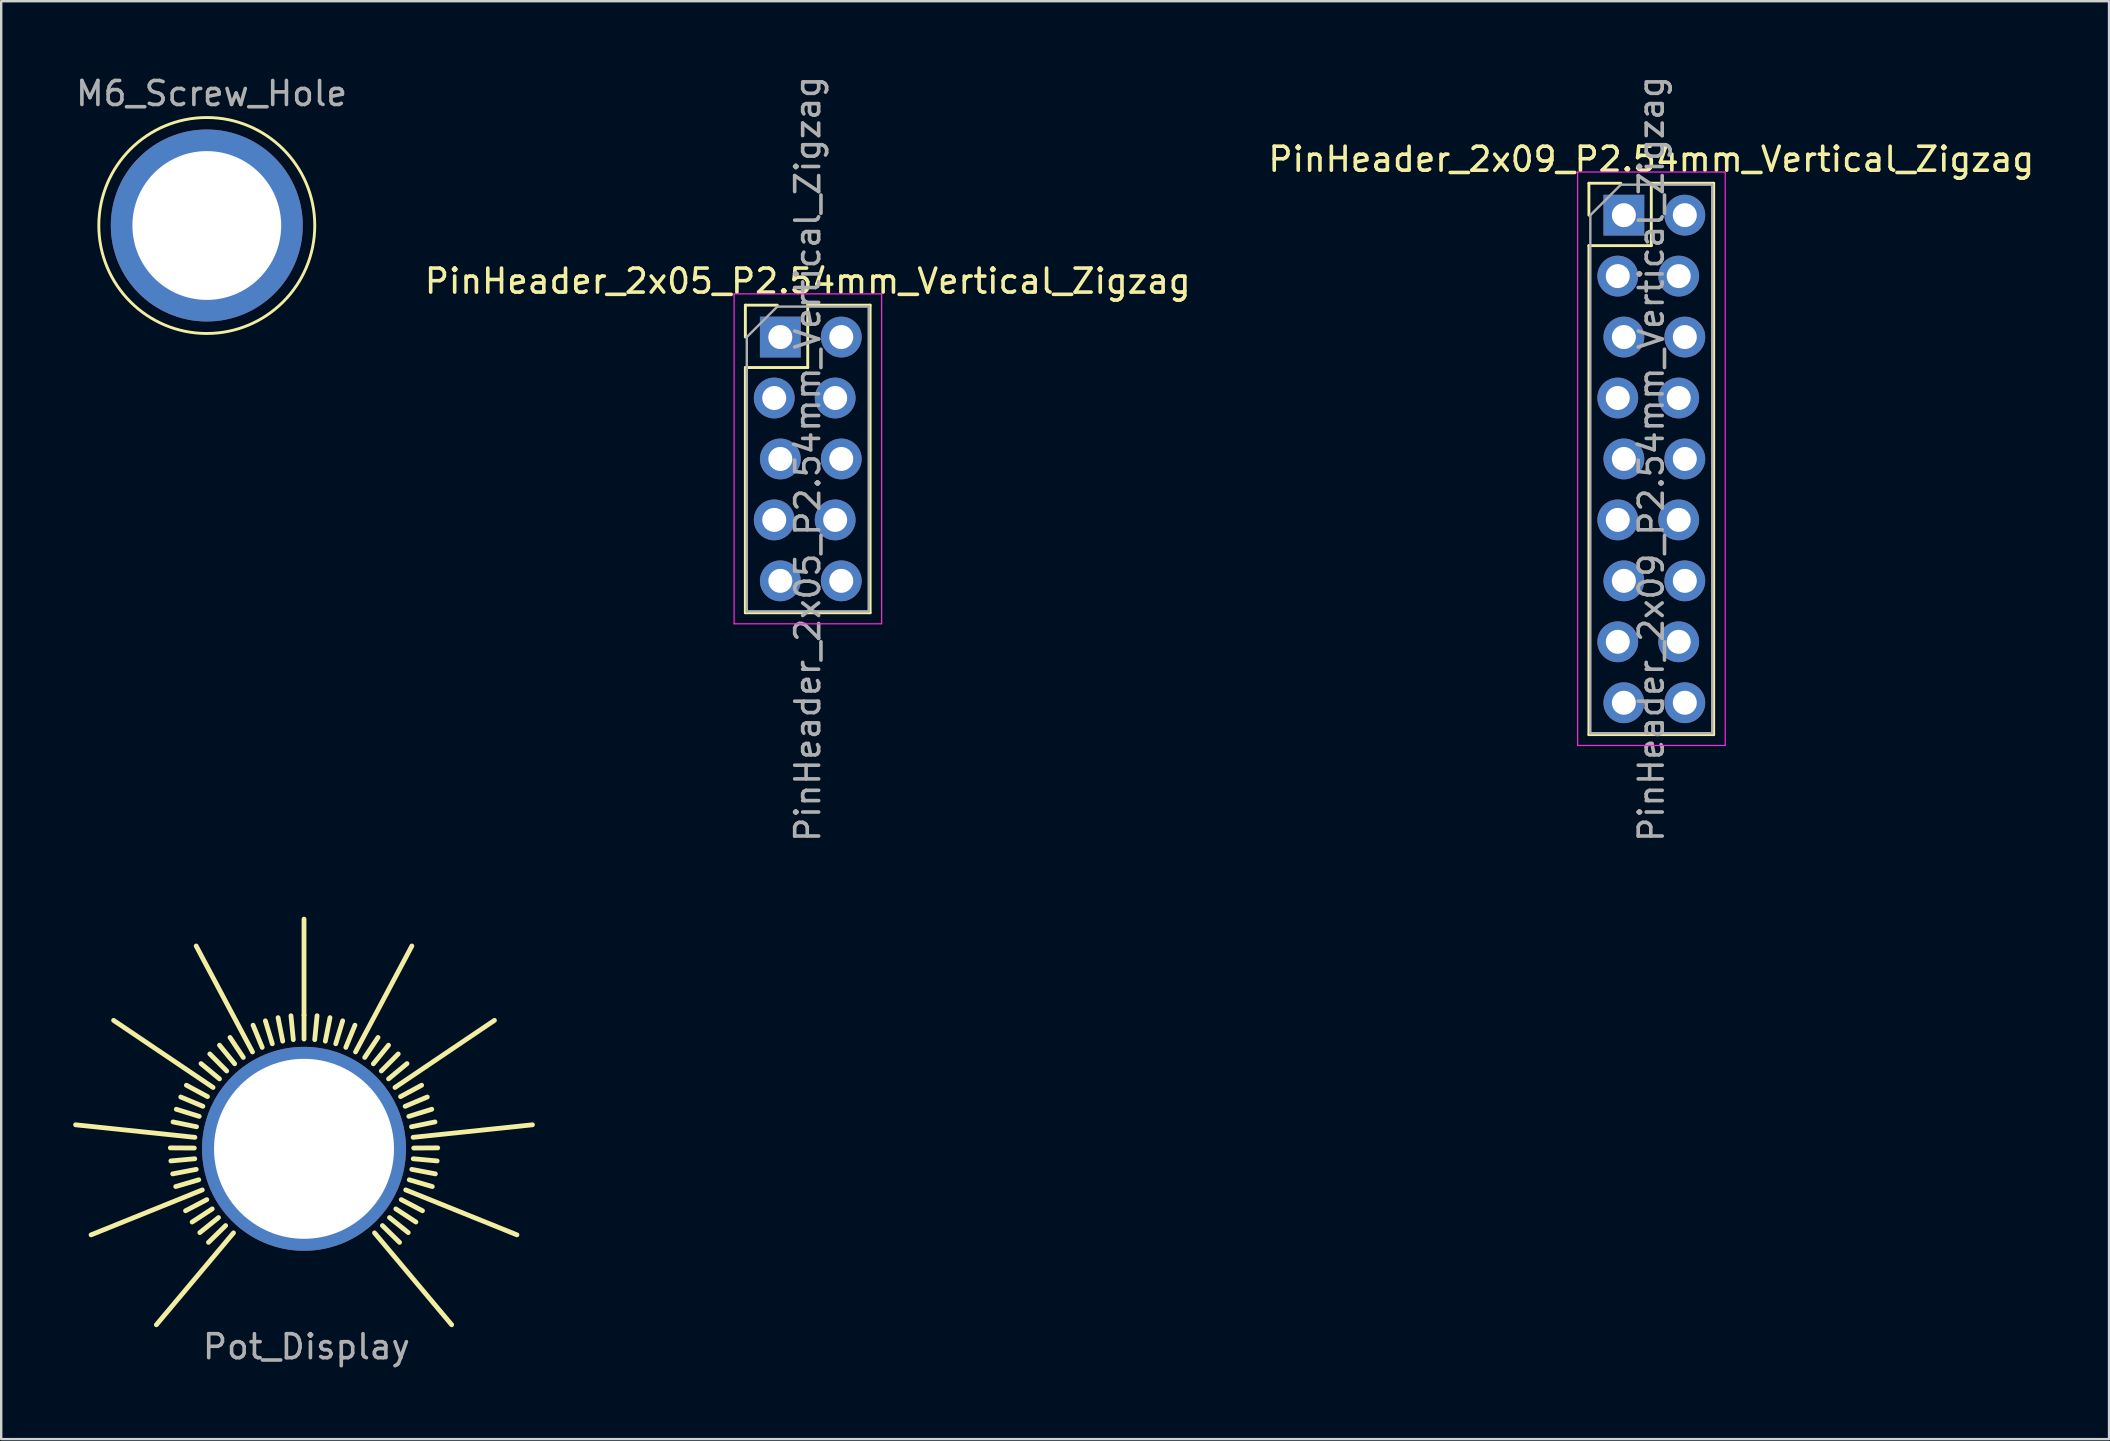
<source format=kicad_pcb>
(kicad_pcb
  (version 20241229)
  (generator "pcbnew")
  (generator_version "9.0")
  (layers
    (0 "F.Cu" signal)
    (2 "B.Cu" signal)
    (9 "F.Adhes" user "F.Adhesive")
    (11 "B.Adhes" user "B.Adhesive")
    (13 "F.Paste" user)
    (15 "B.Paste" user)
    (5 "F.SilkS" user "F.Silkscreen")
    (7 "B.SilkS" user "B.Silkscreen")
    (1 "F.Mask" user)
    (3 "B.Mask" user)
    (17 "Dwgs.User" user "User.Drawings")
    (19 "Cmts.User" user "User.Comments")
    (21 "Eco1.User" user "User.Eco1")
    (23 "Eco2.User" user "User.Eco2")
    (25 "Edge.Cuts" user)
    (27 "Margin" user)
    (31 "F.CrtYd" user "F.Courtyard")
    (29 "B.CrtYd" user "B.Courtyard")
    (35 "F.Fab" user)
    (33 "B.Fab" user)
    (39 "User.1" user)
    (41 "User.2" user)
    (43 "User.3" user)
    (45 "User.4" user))
  (footprint "Pot_Display"
    (layer "F.Cu")
    (at 9.62 44.827)
    (property "Reference" "Pot_Display" (at 0.1 8.25 0) (layer "F.Fab") (effects (font (size 1 1) (thickness 0.15))))
    (attr through_hole)
    (fp_line (start -4.572 -0.032) (end -5.572 -0.039) (stroke (width 0.2) (type solid)) (layer "F.SilkS"))
    (fp_line (start -4.553 0.414) (end -5.549 0.505) (stroke (width 0.2) (type solid)) (layer "F.SilkS"))
    (fp_line (start -4.547 -0.478) (end -9.52 -1.001) (stroke (width 0.2) (type solid)) (layer "F.SilkS"))
    (fp_line (start -4.491 0.857) (end -5.474 1.044) (stroke (width 0.2) (type solid)) (layer "F.SilkS"))
    (fp_line (start -4.479 -0.919) (end -5.458 -1.12) (stroke (width 0.2) (type solid)) (layer "F.SilkS"))
    (fp_line (start -4.386 1.291) (end -5.346 1.573) (stroke (width 0.2) (type solid)) (layer "F.SilkS"))
    (fp_line (start -4.368 -1.352) (end -5.323 -1.648) (stroke (width 0.2) (type solid)) (layer "F.SilkS"))
    (fp_line (start -4.239 1.713) (end -8.875 3.586) (stroke (width 0.2) (type solid)) (layer "F.SilkS"))
    (fp_line (start -4.215 -1.772) (end -5.137 -2.159) (stroke (width 0.2) (type solid)) (layer "F.SilkS"))
    (fp_line (start -4.052 2.118) (end -4.938 2.582) (stroke (width 0.2) (type solid)) (layer "F.SilkS"))
    (fp_line (start -4.022 -2.175) (end -4.902 -2.65) (stroke (width 0.2) (type solid)) (layer "F.SilkS"))
    (fp_line (start -3.826 2.504) (end -4.663 3.051) (stroke (width 0.2) (type solid)) (layer "F.SilkS"))
    (fp_line (start -3.791 -2.557) (end -7.936 -5.353) (stroke (width 0.2) (type solid)) (layer "F.SilkS"))
    (fp_line (start -3.563 2.865) (end -4.343 3.492) (stroke (width 0.2) (type solid)) (layer "F.SilkS"))
    (fp_line (start -3.523 -2.914) (end -4.293 -3.552) (stroke (width 0.2) (type solid)) (layer "F.SilkS"))
    (fp_line (start -3.267 3.199) (end -3.981 3.899) (stroke (width 0.2) (type solid)) (layer "F.SilkS"))
    (fp_line (start -3.222 -3.244) (end -3.926 -3.954) (stroke (width 0.2) (type solid)) (layer "F.SilkS"))
    (fp_line (start -2.939 3.503) (end -6.153 7.333) (stroke (width 0.2) (type solid)) (layer "F.SilkS"))
    (fp_line (start -2.89 -3.543) (end -3.522 -4.318) (stroke (width 0.2) (type solid)) (layer "F.SilkS"))
    (fp_line (start -2.53 -3.808) (end -3.084 -4.641) (stroke (width 0.2) (type solid)) (layer "F.SilkS"))
    (fp_line (start -2.147 -4.037) (end -4.494 -8.452) (stroke (width 0.2) (type solid)) (layer "F.SilkS"))
    (fp_line (start -1.742 -4.227) (end -2.123 -5.152) (stroke (width 0.2) (type solid)) (layer "F.SilkS"))
    (fp_line (start -1.322 -4.377) (end -1.611 -5.334) (stroke (width 0.2) (type solid)) (layer "F.SilkS"))
    (fp_line (start -0.888 -4.485) (end -1.082 -5.466) (stroke (width 0.2) (type solid)) (layer "F.SilkS"))
    (fp_line (start -0.446 -4.55) (end -0.544 -5.546) (stroke (width 0.2) (type solid)) (layer "F.SilkS"))
    (fp_line (start 0 -5.572) (end 0 -9.572) (stroke (width 0.2) (type solid)) (layer "F.SilkS"))
    (fp_line (start 0 -4.572) (end 0 -5.572) (stroke (width 0.2) (type solid)) (layer "F.SilkS"))
    (fp_line (start 0.446 -4.55) (end 0.544 -5.546) (stroke (width 0.2) (type solid)) (layer "F.SilkS"))
    (fp_line (start 0.888 -4.485) (end 1.082 -5.466) (stroke (width 0.2) (type solid)) (layer "F.SilkS"))
    (fp_line (start 1.322 -4.377) (end 1.611 -5.334) (stroke (width 0.2) (type solid)) (layer "F.SilkS"))
    (fp_line (start 1.742 -4.227) (end 2.123 -5.152) (stroke (width 0.2) (type solid)) (layer "F.SilkS"))
    (fp_line (start 2.147 -4.037) (end 4.494 -8.452) (stroke (width 0.2) (type solid)) (layer "F.SilkS"))
    (fp_line (start 2.53 -3.808) (end 3.084 -4.641) (stroke (width 0.2) (type solid)) (layer "F.SilkS"))
    (fp_line (start 2.89 -3.543) (end 3.522 -4.318) (stroke (width 0.2) (type solid)) (layer "F.SilkS"))
    (fp_line (start 2.939 3.503) (end 6.153 7.333) (stroke (width 0.2) (type solid)) (layer "F.SilkS"))
    (fp_line (start 3.222 -3.244) (end 3.926 -3.954) (stroke (width 0.2) (type solid)) (layer "F.SilkS"))
    (fp_line (start 3.267 3.199) (end 3.981 3.899) (stroke (width 0.2) (type solid)) (layer "F.SilkS"))
    (fp_line (start 3.523 -2.914) (end 4.293 -3.552) (stroke (width 0.2) (type solid)) (layer "F.SilkS"))
    (fp_line (start 3.563 2.865) (end 4.343 3.492) (stroke (width 0.2) (type solid)) (layer "F.SilkS"))
    (fp_line (start 3.791 -2.557) (end 7.936 -5.353) (stroke (width 0.2) (type solid)) (layer "F.SilkS"))
    (fp_line (start 3.826 2.504) (end 4.663 3.051) (stroke (width 0.2) (type solid)) (layer "F.SilkS"))
    (fp_line (start 4.022 -2.175) (end 4.902 -2.65) (stroke (width 0.2) (type solid)) (layer "F.SilkS"))
    (fp_line (start 4.052 2.118) (end 4.938 2.582) (stroke (width 0.2) (type solid)) (layer "F.SilkS"))
    (fp_line (start 4.215 -1.772) (end 5.137 -2.159) (stroke (width 0.2) (type solid)) (layer "F.SilkS"))
    (fp_line (start 4.239 1.713) (end 8.875 3.586) (stroke (width 0.2) (type solid)) (layer "F.SilkS"))
    (fp_line (start 4.368 -1.352) (end 5.323 -1.648) (stroke (width 0.2) (type solid)) (layer "F.SilkS"))
    (fp_line (start 4.386 1.291) (end 5.346 1.573) (stroke (width 0.2) (type solid)) (layer "F.SilkS"))
    (fp_line (start 4.479 -0.919) (end 5.458 -1.12) (stroke (width 0.2) (type solid)) (layer "F.SilkS"))
    (fp_line (start 4.491 0.857) (end 5.474 1.044) (stroke (width 0.2) (type solid)) (layer "F.SilkS"))
    (fp_line (start 4.547 -0.478) (end 9.52 -1.001) (stroke (width 0.2) (type solid)) (layer "F.SilkS"))
    (fp_line (start 4.553 0.414) (end 5.549 0.505) (stroke (width 0.2) (type solid)) (layer "F.SilkS"))
    (fp_line (start 4.572 -0.032) (end 5.572 -0.039) (stroke (width 0.2) (type solid)) (layer "F.SilkS"))
    (pad "1" thru_hole circle (at 0 0) (size 8.5 8.5) (drill 7.5) (layers "*.Cu" "*.Mask")))
  (footprint "M6_Screw_Hole"
    (layer "F.Cu")
    (at 5.568 6.348)
    (property "Reference" "M6_Screw_Hole" (at 0.2 -5.5 0) (layer "F.Fab") (effects (font (size 1 1) (thickness 0.15))))
    (attr through_hole)
    (fp_circle (center 0 0) (end 4.5 0) (stroke (width 0.12) (type solid)) (fill no) (layer "F.SilkS"))
    (fp_circle (center 0 0) (end 2.6 0) (stroke (width 0.05) (type solid)) (fill no) (layer "F.CrtYd"))
    (fp_circle (center 0 0) (end 2 0.8) (stroke (width 0.1) (type solid)) (fill no) (layer "F.Fab"))
    (pad "1" thru_hole circle (at 0 0) (size 8 8) (drill 6.2) (layers "*.Cu" "*.Mask")))
  (footprint "PinHeader_2x05_P2.54mm_Vertical_Zigzag"
    (layer "F.Cu")
    (at 29.343 10.997)
    (property "Reference" "PinHeader_2x05_P2.54mm_Vertical_Zigzag" (at 1.27 -2.33 0) (layer "F.SilkS") (effects (font (size 1 1) (thickness 0.15))))
    (attr through_hole)
    (fp_line (start -1.33 -1.33) (end 0 -1.33) (stroke (width 0.12) (type solid)) (layer "F.SilkS"))
    (fp_line (start -1.33 0) (end -1.33 -1.33) (stroke (width 0.12) (type solid)) (layer "F.SilkS"))
    (fp_line (start -1.33 1.27) (end -1.33 11.49) (stroke (width 0.12) (type solid)) (layer "F.SilkS"))
    (fp_line (start -1.33 1.27) (end 1.27 1.27) (stroke (width 0.12) (type solid)) (layer "F.SilkS"))
    (fp_line (start -1.33 11.49) (end 3.87 11.49) (stroke (width 0.12) (type solid)) (layer "F.SilkS"))
    (fp_line (start 1.27 -1.33) (end 3.87 -1.33) (stroke (width 0.12) (type solid)) (layer "F.SilkS"))
    (fp_line (start 1.27 1.27) (end 1.27 -1.33) (stroke (width 0.12) (type solid)) (layer "F.SilkS"))
    (fp_line (start 3.87 -1.33) (end 3.87 11.49) (stroke (width 0.12) (type solid)) (layer "F.SilkS"))
    (fp_line (start -1.8 -1.8) (end -1.8 11.95) (stroke (width 0.05) (type solid)) (layer "F.CrtYd"))
    (fp_line (start -1.8 11.95) (end 4.35 11.95) (stroke (width 0.05) (type solid)) (layer "F.CrtYd"))
    (fp_line (start 4.35 -1.8) (end -1.8 -1.8) (stroke (width 0.05) (type solid)) (layer "F.CrtYd"))
    (fp_line (start 4.35 11.95) (end 4.35 -1.8) (stroke (width 0.05) (type solid)) (layer "F.CrtYd"))
    (fp_line (start -1.27 0) (end 0 -1.27) (stroke (width 0.1) (type solid)) (layer "F.Fab"))
    (fp_line (start -1.27 11.43) (end -1.27 0) (stroke (width 0.1) (type solid)) (layer "F.Fab"))
    (fp_line (start 0 -1.27) (end 3.81 -1.27) (stroke (width 0.1) (type solid)) (layer "F.Fab"))
    (fp_line (start 3.81 -1.27) (end 3.81 11.43) (stroke (width 0.1) (type solid)) (layer "F.Fab"))
    (fp_line (start 3.81 11.43) (end -1.27 11.43) (stroke (width 0.1) (type solid)) (layer "F.Fab"))
    (fp_text user "${REFERENCE}" (at 1.27 5.08 90) (layer "F.Fab") (effects (font (size 1 1) (thickness 0.15))))
    (pad "1" thru_hole rect (at 0.127 0) (size 1.7 1.7) (drill 1) (layers "*.Cu" "*.Mask"))
    (pad "2" thru_hole oval (at 2.667 0) (size 1.7 1.7) (drill 1) (layers "*.Cu" "*.Mask"))
    (pad "3" thru_hole oval (at -0.127 2.54) (size 1.7 1.7) (drill 1) (layers "*.Cu" "*.Mask"))
    (pad "4" thru_hole oval (at 2.413 2.54) (size 1.7 1.7) (drill 1) (layers "*.Cu" "*.Mask"))
    (pad "5" thru_hole oval (at 0.127 5.08) (size 1.7 1.7) (drill 1) (layers "*.Cu" "*.Mask"))
    (pad "6" thru_hole oval (at 2.667 5.08) (size 1.7 1.7) (drill 1) (layers "*.Cu" "*.Mask"))
    (pad "7" thru_hole oval (at -0.127 7.62) (size 1.7 1.7) (drill 1) (layers "*.Cu" "*.Mask"))
    (pad "8" thru_hole oval (at 2.413 7.62) (size 1.7 1.7) (drill 1) (layers "*.Cu" "*.Mask"))
    (pad "9" thru_hole oval (at 0.127 10.16) (size 1.7 1.7) (drill 1) (layers "*.Cu" "*.Mask"))
    (pad "10" thru_hole oval (at 2.667 10.16) (size 1.7 1.7) (drill 1) (layers "*.Cu" "*.Mask")))
  (footprint "PinHeader_2x09_P2.54mm_Vertical_Zigzag"
    (layer "F.Cu")
    (at 64.498 5.917)
    (property "Reference" "PinHeader_2x09_P2.54mm_Vertical_Zigzag" (at 1.27 -2.33 0) (layer "F.SilkS") (effects (font (size 1 1) (thickness 0.15))))
    (attr through_hole)
    (fp_line (start -1.33 -1.33) (end 0 -1.33) (stroke (width 0.12) (type solid)) (layer "F.SilkS"))
    (fp_line (start -1.33 0) (end -1.33 -1.33) (stroke (width 0.12) (type solid)) (layer "F.SilkS"))
    (fp_line (start -1.33 1.27) (end -1.33 21.65) (stroke (width 0.12) (type solid)) (layer "F.SilkS"))
    (fp_line (start -1.33 1.27) (end 1.27 1.27) (stroke (width 0.12) (type solid)) (layer "F.SilkS"))
    (fp_line (start -1.33 21.65) (end 3.87 21.65) (stroke (width 0.12) (type solid)) (layer "F.SilkS"))
    (fp_line (start 1.27 -1.33) (end 3.87 -1.33) (stroke (width 0.12) (type solid)) (layer "F.SilkS"))
    (fp_line (start 1.27 1.27) (end 1.27 -1.33) (stroke (width 0.12) (type solid)) (layer "F.SilkS"))
    (fp_line (start 3.87 -1.33) (end 3.87 21.65) (stroke (width 0.12) (type solid)) (layer "F.SilkS"))
    (fp_line (start -1.8 -1.8) (end -1.8 22.1) (stroke (width 0.05) (type solid)) (layer "F.CrtYd"))
    (fp_line (start -1.8 22.1) (end 4.35 22.1) (stroke (width 0.05) (type solid)) (layer "F.CrtYd"))
    (fp_line (start 4.35 -1.8) (end -1.8 -1.8) (stroke (width 0.05) (type solid)) (layer "F.CrtYd"))
    (fp_line (start 4.35 22.1) (end 4.35 -1.8) (stroke (width 0.05) (type solid)) (layer "F.CrtYd"))
    (fp_line (start -1.27 0) (end 0 -1.27) (stroke (width 0.1) (type solid)) (layer "F.Fab"))
    (fp_line (start -1.27 21.59) (end -1.27 0) (stroke (width 0.1) (type solid)) (layer "F.Fab"))
    (fp_line (start 0 -1.27) (end 3.81 -1.27) (stroke (width 0.1) (type solid)) (layer "F.Fab"))
    (fp_line (start 3.81 -1.27) (end 3.81 21.59) (stroke (width 0.1) (type solid)) (layer "F.Fab"))
    (fp_line (start 3.81 21.59) (end -1.27 21.59) (stroke (width 0.1) (type solid)) (layer "F.Fab"))
    (fp_text user "${REFERENCE}" (at 1.27 10.16 90) (layer "F.Fab") (effects (font (size 1 1) (thickness 0.15))))
    (pad "1" thru_hole rect (at 0.127 0) (size 1.7 1.7) (drill 1) (layers "*.Cu" "*.Mask"))
    (pad "2" thru_hole oval (at 2.667 0) (size 1.7 1.7) (drill 1) (layers "*.Cu" "*.Mask"))
    (pad "3" thru_hole oval (at -0.127 2.54) (size 1.7 1.7) (drill 1) (layers "*.Cu" "*.Mask"))
    (pad "4" thru_hole oval (at 2.413 2.54) (size 1.7 1.7) (drill 1) (layers "*.Cu" "*.Mask"))
    (pad "5" thru_hole oval (at 0.127 5.08) (size 1.7 1.7) (drill 1) (layers "*.Cu" "*.Mask"))
    (pad "6" thru_hole oval (at 2.667 5.08) (size 1.7 1.7) (drill 1) (layers "*.Cu" "*.Mask"))
    (pad "7" thru_hole oval (at -0.127 7.62) (size 1.7 1.7) (drill 1) (layers "*.Cu" "*.Mask"))
    (pad "8" thru_hole oval (at 2.413 7.62) (size 1.7 1.7) (drill 1) (layers "*.Cu" "*.Mask"))
    (pad "9" thru_hole oval (at 0.127 10.16) (size 1.7 1.7) (drill 1) (layers "*.Cu" "*.Mask"))
    (pad "10" thru_hole oval (at 2.667 10.16) (size 1.7 1.7) (drill 1) (layers "*.Cu" "*.Mask"))
    (pad "11" thru_hole oval (at -0.127 12.7) (size 1.7 1.7) (drill 1) (layers "*.Cu" "*.Mask"))
    (pad "12" thru_hole oval (at 2.413 12.7) (size 1.7 1.7) (drill 1) (layers "*.Cu" "*.Mask"))
    (pad "13" thru_hole oval (at 0.127 15.24) (size 1.7 1.7) (drill 1) (layers "*.Cu" "*.Mask"))
    (pad "14" thru_hole oval (at 2.667 15.24) (size 1.7 1.7) (drill 1) (layers "*.Cu" "*.Mask"))
    (pad "15" thru_hole oval (at -0.127 17.78) (size 1.7 1.7) (drill 1) (layers "*.Cu" "*.Mask"))
    (pad "16" thru_hole oval (at 2.413 17.78) (size 1.7 1.7) (drill 1) (layers "*.Cu" "*.Mask"))
    (pad "17" thru_hole oval (at 0.127 20.32) (size 1.7 1.7) (drill 1) (layers "*.Cu" "*.Mask"))
    (pad "18" thru_hole oval (at 2.667 20.32) (size 1.7 1.7) (drill 1) (layers "*.Cu" "*.Mask")))
  (gr_rect
    (start -3 -3)
    (end 84.845 56.925)
    (stroke (width 0.1) (type default))
    (fill no)
    (layer "Edge.Cuts")))
</source>
